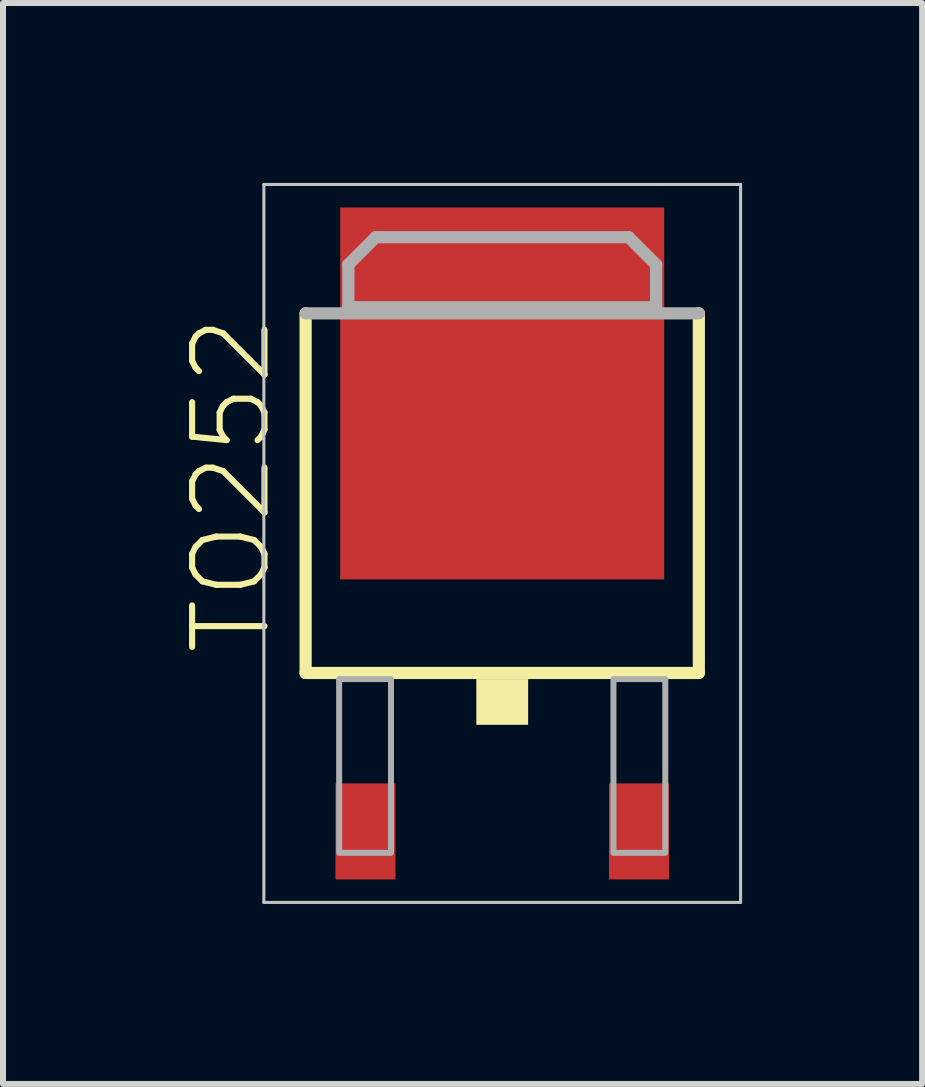
<source format=kicad_pcb>
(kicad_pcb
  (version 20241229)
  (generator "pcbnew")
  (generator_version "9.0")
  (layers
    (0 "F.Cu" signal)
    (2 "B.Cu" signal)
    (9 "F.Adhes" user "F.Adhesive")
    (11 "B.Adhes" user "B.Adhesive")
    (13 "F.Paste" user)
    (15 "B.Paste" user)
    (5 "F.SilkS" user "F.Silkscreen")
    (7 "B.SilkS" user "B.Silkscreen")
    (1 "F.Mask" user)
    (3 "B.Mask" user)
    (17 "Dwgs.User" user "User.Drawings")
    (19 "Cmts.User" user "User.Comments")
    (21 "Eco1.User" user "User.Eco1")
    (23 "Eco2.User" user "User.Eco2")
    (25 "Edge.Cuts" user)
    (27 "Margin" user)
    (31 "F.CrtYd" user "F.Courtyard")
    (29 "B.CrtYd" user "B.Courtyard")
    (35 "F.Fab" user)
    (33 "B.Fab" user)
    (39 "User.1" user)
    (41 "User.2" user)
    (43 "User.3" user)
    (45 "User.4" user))
  (footprint "TO252"
    (layer "F.Cu")
    (at 5.321 6.008)
    (property "Reference" "TO252" (at -3.81 1.905 90) (layer "F.SilkS") (effects (font (size 1.206 1.206) (thickness 0.102)) (justify left bottom)))
    (attr through_hole)
    (fp_line (start -3.277 2.159) (end -3.277 -3.835) (stroke (width 0.203) (type solid)) (layer "F.SilkS"))
    (fp_line (start 3.277 -3.835) (end 3.277 2.159) (stroke (width 0.203) (type solid)) (layer "F.SilkS"))
    (fp_line (start 3.277 2.159) (end -3.277 2.159) (stroke (width 0.203) (type solid)) (layer "F.SilkS"))
    (fp_poly (pts (xy -0.432 3.023) (xy 0.432 3.023) (xy 0.432 2.261) (xy -0.432 2.261)) (stroke (width 0) (type solid)) (fill yes) (layer "F.SilkS"))
    (fp_line (start -3.973 -5.983) (end 3.973 -5.983) (stroke (width 0.051) (type solid)) (layer "Dwgs.User"))
    (fp_line (start -3.973 5.983) (end -3.973 -5.983) (stroke (width 0.051) (type solid)) (layer "Dwgs.User"))
    (fp_line (start 3.973 -5.983) (end 3.973 5.983) (stroke (width 0.051) (type solid)) (layer "Dwgs.User"))
    (fp_line (start 3.973 5.983) (end -3.973 5.983) (stroke (width 0.051) (type solid)) (layer "Dwgs.User"))
    (fp_line (start -3.277 -3.835) (end 3.277 -3.835) (stroke (width 0.203) (type solid)) (layer "F.Fab"))
    (fp_line (start -2.565 -4.648) (end -2.108 -5.105) (stroke (width 0.203) (type solid)) (layer "F.Fab"))
    (fp_line (start -2.565 -3.937) (end -2.565 -4.648) (stroke (width 0.203) (type solid)) (layer "F.Fab"))
    (fp_line (start -2.108 -5.105) (end 2.108 -5.105) (stroke (width 0.203) (type solid)) (layer "F.Fab"))
    (fp_line (start 2.108 -5.105) (end 2.565 -4.648) (stroke (width 0.203) (type solid)) (layer "F.Fab"))
    (fp_line (start 2.565 -4.648) (end 2.565 -3.937) (stroke (width 0.203) (type solid)) (layer "F.Fab"))
    (fp_line (start 2.565 -3.937) (end -2.565 -3.937) (stroke (width 0.203) (type solid)) (layer "F.Fab"))
    (fp_poly (pts (xy -2.718 5.156) (xy -1.854 5.156) (xy -1.854 2.261) (xy -2.718 2.261)) (stroke (width 0.1) (type solid)) (fill no) (layer "F.Fab"))
    (fp_poly (pts (xy 1.854 5.156) (xy 2.718 5.156) (xy 2.718 2.261) (xy 1.854 2.261)) (stroke (width 0.1) (type solid)) (fill no) (layer "F.Fab"))
    (fp_poly (pts (xy -2.565 -3.937) (xy -2.565 -4.648) (xy -2.108 -5.105) (xy 2.108 -5.105) (xy 2.565 -4.648) (xy 2.565 -3.937)) (stroke (width 0.1) (type solid)) (fill no) (layer "F.Fab"))
    (pad "1" smd rect (at -2.28 4.8) (size 1 1.6) (layers "F.Cu" "F.Mask" "F.Paste"))
    (pad "2" smd rect (at 0 -2.5) (size 5.4 6.2) (layers "F.Cu" "F.Mask" "F.Paste"))
    (pad "3" smd rect (at 2.28 4.8) (size 1 1.6) (layers "F.Cu" "F.Mask" "F.Paste")))
  (gr_rect
    (start -3 -3)
    (end 12.32 15.017)
    (stroke (width 0.1) (type default))
    (fill no)
    (layer "Edge.Cuts")))
</source>
